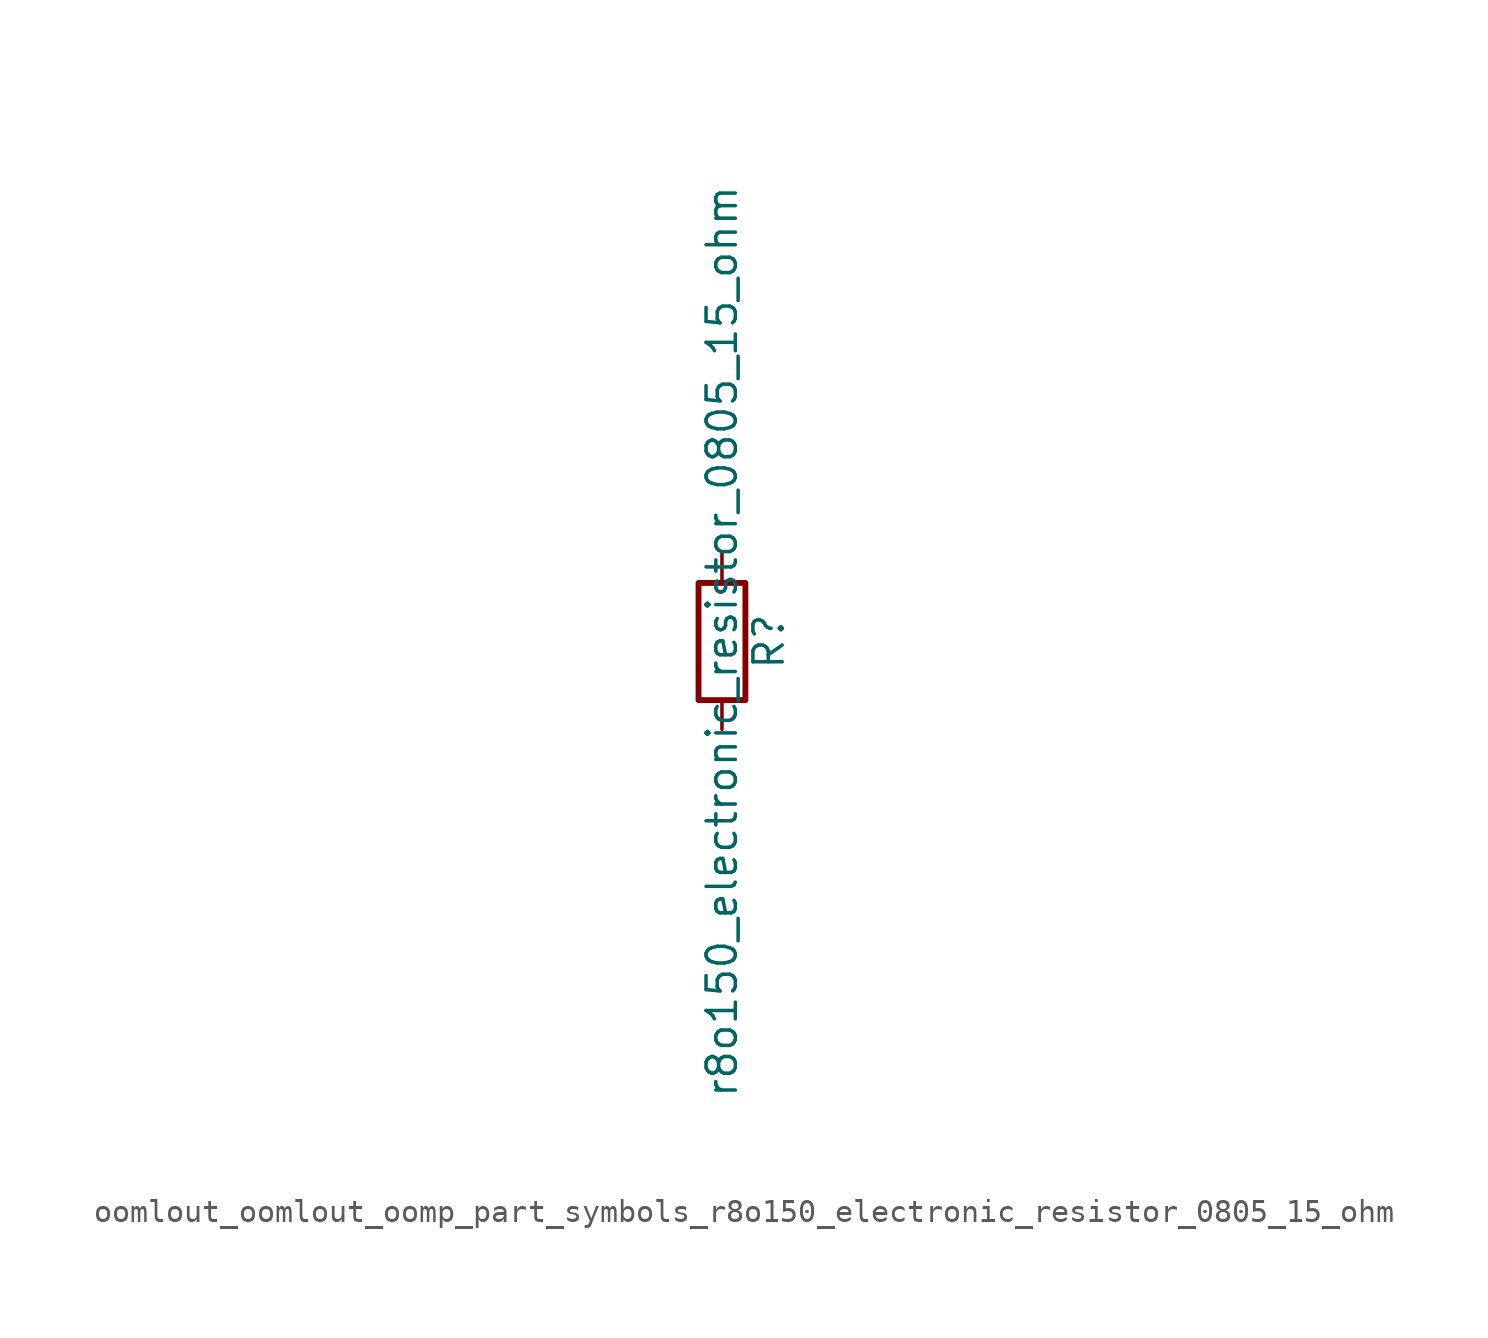
<source format=kicad_sym>
(kicad_symbol_lib
  (version 20220914)
  (generator kicad_symbol_editor)
  (symbol "oomlout_oomlout_oomp_part_symbols_r8o150_electronic_resistor_0805_15_ohm"
    (pin_numbers hide)
    (pin_names
      (offset 0))
    (property "Reference" "R"
      (at 2.032 0 90)
      (effects (font (size 1.27 1.27))))
    (property "Value" "r8o150_electronic_resistor_0805_15_ohm"
      (at 0 0 90)
      (effects (font (size 1.27 1.27))))
    (symbol "oomlout_oomlout_oomp_part_symbols_r8o150_electronic_resistor_0805_15_ohm_0_1"
      (rectangle (start -1.016 -2.54) (end 1.016 2.54) (stroke (width 0.254) (type default)) (fill (type none))))
    (symbol "oomlout_oomlout_oomp_part_symbols_r8o150_electronic_resistor_0805_15_ohm_1_1"
      (pin passive line (at 0 3.81 270) (length 1.27) (name "~" (effects (font (size 1.27 1.27)))) (number "1" (effects (font (size 1.27 1.27)))))
      (pin passive line (at 0 -3.81 90) (length 1.27) (name "~" (effects (font (size 1.27 1.27)))) (number "2" (effects (font (size 1.27 1.27))))))))
</source>
